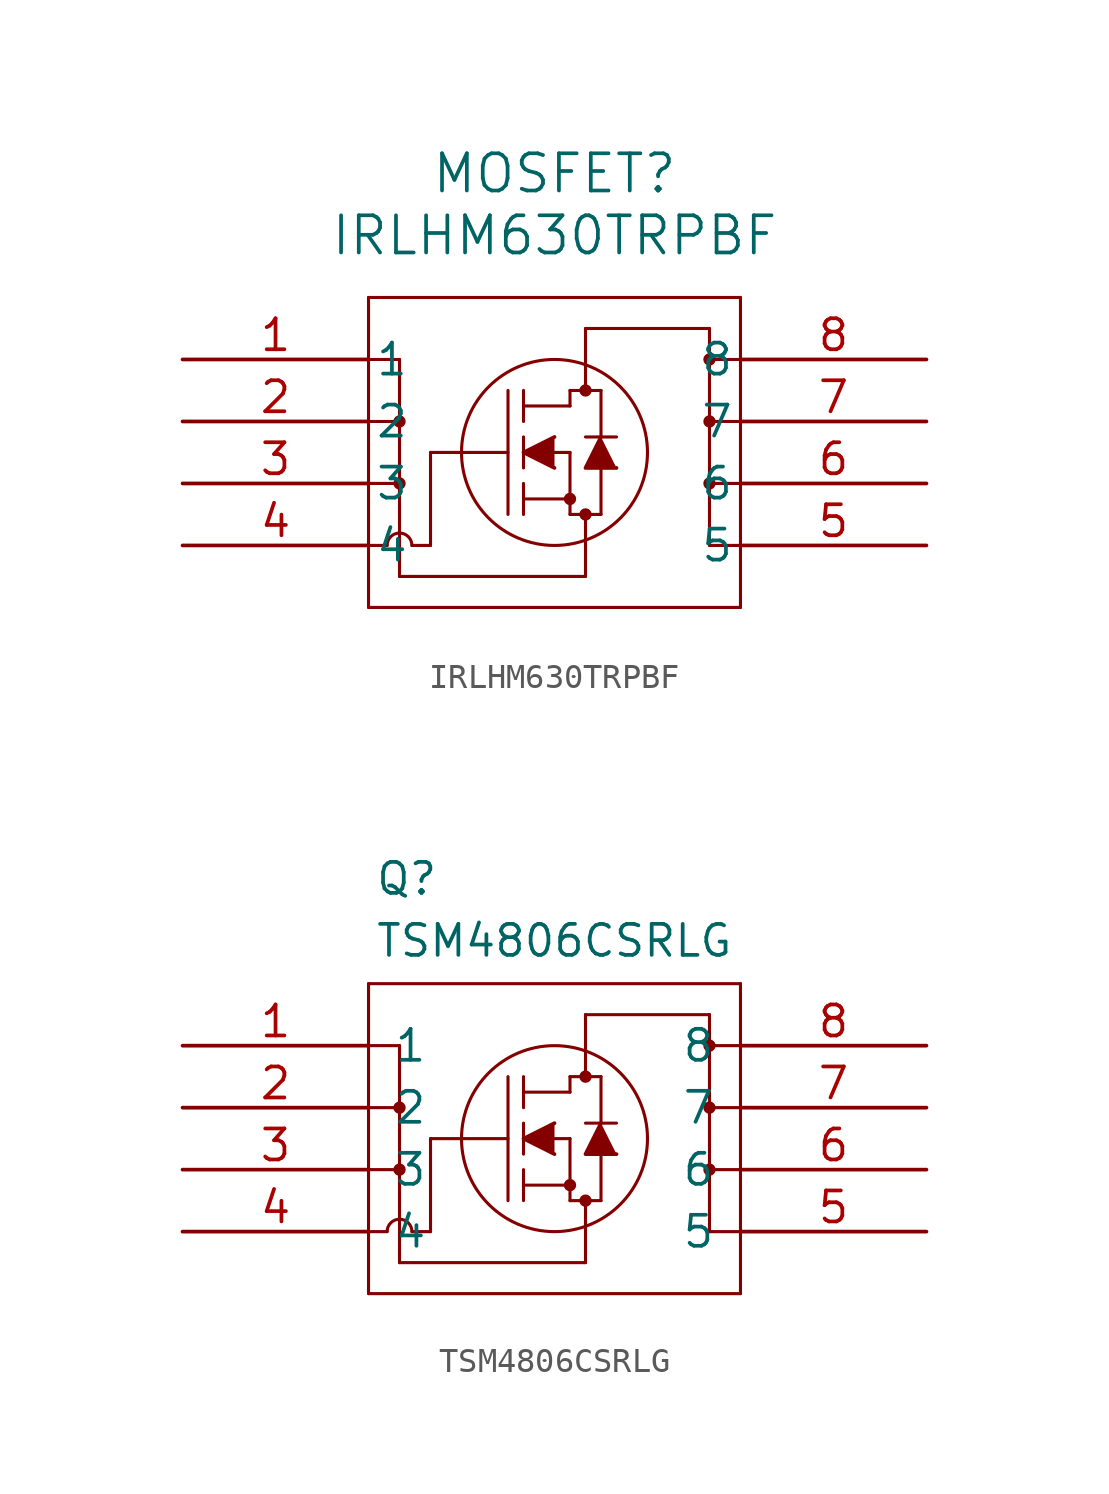
<source format=kicad_sym>
(kicad_symbol_lib
  (version 20231120)
  (generator "kicad_symbol_editor")
  (generator_version "8.0")
  (symbol "IRLHM630TRPBF"
    (pin_names
      (offset 0.254))
    (property "Reference" "MOSFET"
      (at 15.24 7.62 0)
      (effects (font (size 1.524 1.524))))
    (property "Value" "IRLHM630TRPBF"
      (at 15.24 5.08 0)
      (effects (font (size 1.524 1.524))))
    (property "ki_locked" ""
      (at 0 0 0)
      (effects (font (size 1.27 1.27))))
    (symbol "IRLHM630TRPBF_0_1"
      (polyline (pts (xy 7.62 -10.16) (xy 22.86 -10.16)) (stroke (width 0.127) (type default)) (fill (type none)))
      (polyline (pts (xy 7.62 -7.62) (xy 8.382 -7.62)) (stroke (width 0.127) (type default)) (fill (type none)))
      (polyline (pts (xy 7.62 -5.08) (xy 8.89 -5.08)) (stroke (width 0.127) (type default)) (fill (type none)))
      (polyline (pts (xy 7.62 -2.54) (xy 8.89 -2.54)) (stroke (width 0.127) (type default)) (fill (type none)))
      (polyline (pts (xy 7.62 0) (xy 8.89 0)) (stroke (width 0.127) (type default)) (fill (type none)))
      (polyline (pts (xy 7.62 2.54) (xy 7.62 -10.16)) (stroke (width 0.127) (type default)) (fill (type none)))
      (polyline (pts (xy 8.89 -8.89) (xy 16.51 -8.89)) (stroke (width 0.127) (type default)) (fill (type none)))
      (polyline (pts (xy 8.89 0) (xy 8.89 -8.89)) (stroke (width 0.127) (type default)) (fill (type none)))
      (polyline (pts (xy 10.16 -7.62) (xy 9.398 -7.62)) (stroke (width 0.127) (type default)) (fill (type none)))
      (polyline (pts (xy 10.16 -3.81) (xy 10.16 -7.62)) (stroke (width 0.127) (type default)) (fill (type none)))
      (polyline (pts (xy 10.16 -3.81) (xy 13.335 -3.81)) (stroke (width 0.127) (type default)) (fill (type none)))
      (polyline (pts (xy 13.335 -6.35) (xy 13.335 -1.27)) (stroke (width 0.127) (type default)) (fill (type none)))
      (polyline (pts (xy 13.97 -6.35) (xy 13.97 -5.08)) (stroke (width 0.127) (type default)) (fill (type none)))
      (polyline (pts (xy 13.97 -5.715) (xy 15.875 -5.715)) (stroke (width 0.127) (type default)) (fill (type none)))
      (polyline (pts (xy 13.97 -4.445) (xy 13.97 -3.175)) (stroke (width 0.127) (type default)) (fill (type none)))
      (polyline (pts (xy 13.97 -2.54) (xy 13.97 -1.27)) (stroke (width 0.127) (type default)) (fill (type none)))
      (polyline (pts (xy 13.97 -1.905) (xy 15.875 -1.905)) (stroke (width 0.127) (type default)) (fill (type none)))
      (polyline (pts (xy 15.24 -3.81) (xy 15.875 -3.81)) (stroke (width 0.127) (type default)) (fill (type none)))
      (polyline (pts (xy 15.875 -6.35) (xy 15.875 -3.81)) (stroke (width 0.127) (type default)) (fill (type none)))
      (polyline (pts (xy 15.875 -6.35) (xy 17.145 -6.35)) (stroke (width 0.127) (type default)) (fill (type none)))
      (polyline (pts (xy 15.875 -1.905) (xy 15.875 -1.27)) (stroke (width 0.127) (type default)) (fill (type none)))
      (polyline (pts (xy 15.875 -1.27) (xy 17.145 -1.27)) (stroke (width 0.127) (type default)) (fill (type none)))
      (polyline (pts (xy 16.51 -8.89) (xy 16.51 -6.35)) (stroke (width 0.127) (type default)) (fill (type none)))
      (polyline (pts (xy 16.51 1.27) (xy 16.51 -1.27)) (stroke (width 0.127) (type default)) (fill (type none)))
      (polyline (pts (xy 17.145 -6.35) (xy 17.145 -4.445)) (stroke (width 0.127) (type default)) (fill (type none)))
      (polyline (pts (xy 17.145 -3.175) (xy 17.145 -1.27)) (stroke (width 0.127) (type default)) (fill (type none)))
      (polyline (pts (xy 17.78 -3.175) (xy 16.51 -3.175)) (stroke (width 0.127) (type default)) (fill (type none)))
      (polyline (pts (xy 21.59 -7.62) (xy 21.59 1.27)) (stroke (width 0.127) (type default)) (fill (type none)))
      (polyline (pts (xy 21.59 1.27) (xy 16.51 1.27)) (stroke (width 0.127) (type default)) (fill (type none)))
      (polyline (pts (xy 22.86 -10.16) (xy 22.86 2.54)) (stroke (width 0.127) (type default)) (fill (type none)))
      (polyline (pts (xy 22.86 -7.62) (xy 21.59 -7.62)) (stroke (width 0.127) (type default)) (fill (type none)))
      (polyline (pts (xy 22.86 -5.08) (xy 21.59 -5.08)) (stroke (width 0.127) (type default)) (fill (type none)))
      (polyline (pts (xy 22.86 -2.54) (xy 21.59 -2.54)) (stroke (width 0.127) (type default)) (fill (type none)))
      (polyline (pts (xy 22.86 0) (xy 21.59 0)) (stroke (width 0.127) (type default)) (fill (type none)))
      (polyline (pts (xy 22.86 2.54) (xy 7.62 2.54)) (stroke (width 0.127) (type default)) (fill (type none)))
      (polyline (pts (xy 15.24 -3.175) (xy 13.97 -3.81) (xy 15.24 -4.445)) (stroke (width 0) (type default)) (fill (type outline)))
      (polyline (pts (xy 17.78 -4.445) (xy 16.51 -4.445) (xy 17.145 -3.175)) (stroke (width 0) (type default)) (fill (type outline)))
      (circle (center 8.89 -5.08) (radius 0.127) (stroke (width 0.254) (type default)) (fill (type none)))
      (circle (center 8.89 -2.54) (radius 0.127) (stroke (width 0.254) (type default)) (fill (type none)))
      (arc (start 9.398 -7.62) (mid 8.89 -7.1142) (end 8.382 -7.62) (stroke (width 0.127) (type default)) (fill (type none)))
      (circle (center 15.24 -3.81) (radius 3.81) (stroke (width 0.127) (type default)) (fill (type none)))
      (circle (center 15.875 -5.715) (radius 0.127) (stroke (width 0.254) (type default)) (fill (type none)))
      (circle (center 16.51 -6.35) (radius 0.127) (stroke (width 0.254) (type default)) (fill (type none)))
      (circle (center 16.51 -1.27) (radius 0.127) (stroke (width 0.254) (type default)) (fill (type none)))
      (circle (center 21.59 -5.08) (radius 0.127) (stroke (width 0.254) (type default)) (fill (type none)))
      (circle (center 21.59 -2.54) (radius 0.127) (stroke (width 0.254) (type default)) (fill (type none)))
      (circle (center 21.59 0) (radius 0.127) (stroke (width 0.254) (type default)) (fill (type none)))
      (pin unspecified line (at 0 0 0) (length 7.62) (name "1" (effects (font (size 1.27 1.27)))) (number "1" (effects (font (size 1.27 1.27)))))
      (pin unspecified line (at 0 -2.54 0) (length 7.62) (name "2" (effects (font (size 1.27 1.27)))) (number "2" (effects (font (size 1.27 1.27)))))
      (pin unspecified line (at 0 -5.08 0) (length 7.62) (name "3" (effects (font (size 1.27 1.27)))) (number "3" (effects (font (size 1.27 1.27)))))
      (pin unspecified line (at 0 -7.62 0) (length 7.62) (name "4" (effects (font (size 1.27 1.27)))) (number "4" (effects (font (size 1.27 1.27)))))
      (pin unspecified line (at 30.48 -7.62 180) (length 7.62) (name "5" (effects (font (size 1.27 1.27)))) (number "5" (effects (font (size 1.27 1.27)))))
      (pin unspecified line (at 30.48 -5.08 180) (length 7.62) (name "6" (effects (font (size 1.27 1.27)))) (number "6" (effects (font (size 1.27 1.27)))))
      (pin unspecified line (at 30.48 -2.54 180) (length 7.62) (name "7" (effects (font (size 1.27 1.27)))) (number "7" (effects (font (size 1.27 1.27)))))
      (pin unspecified line (at 30.48 0 180) (length 7.62) (name "8" (effects (font (size 1.27 1.27)))) (number "8" (effects (font (size 1.27 1.27)))))))
  (symbol "TSM4806CSRLG"
    (pin_names
      (offset 1.016))
    (property "Reference" "Q"
      (at 7.874 6.096 0)
      (effects (font (size 1.27 1.27)) (justify left bottom)))
    (property "Value" "TSM4806CSRLG"
      (at 7.874 3.556 0)
      (effects (font (size 1.27 1.27)) (justify left bottom)))
    (symbol "TSM4806CSRLG_0_1"
      (polyline (pts (xy 7.62 -10.16) (xy 22.86 -10.16)) (stroke (width 0.127) (type default)) (fill (type none)))
      (polyline (pts (xy 7.62 -7.62) (xy 8.382 -7.62)) (stroke (width 0.127) (type default)) (fill (type none)))
      (polyline (pts (xy 7.62 -5.08) (xy 8.89 -5.08)) (stroke (width 0.127) (type default)) (fill (type none)))
      (polyline (pts (xy 7.62 -2.54) (xy 8.89 -2.54)) (stroke (width 0.127) (type default)) (fill (type none)))
      (polyline (pts (xy 7.62 0) (xy 8.89 0)) (stroke (width 0.127) (type default)) (fill (type none)))
      (polyline (pts (xy 7.62 2.54) (xy 7.62 -10.16)) (stroke (width 0.127) (type default)) (fill (type none)))
      (polyline (pts (xy 8.89 -8.89) (xy 16.51 -8.89)) (stroke (width 0.127) (type default)) (fill (type none)))
      (polyline (pts (xy 8.89 0) (xy 8.89 -8.89)) (stroke (width 0.127) (type default)) (fill (type none)))
      (polyline (pts (xy 10.16 -7.62) (xy 9.398 -7.62)) (stroke (width 0.127) (type default)) (fill (type none)))
      (polyline (pts (xy 10.16 -3.81) (xy 10.16 -7.62)) (stroke (width 0.127) (type default)) (fill (type none)))
      (polyline (pts (xy 10.16 -3.81) (xy 13.335 -3.81)) (stroke (width 0.127) (type default)) (fill (type none)))
      (polyline (pts (xy 13.335 -6.35) (xy 13.335 -1.27)) (stroke (width 0.127) (type default)) (fill (type none)))
      (polyline (pts (xy 13.97 -6.35) (xy 13.97 -5.08)) (stroke (width 0.127) (type default)) (fill (type none)))
      (polyline (pts (xy 13.97 -5.715) (xy 15.875 -5.715)) (stroke (width 0.127) (type default)) (fill (type none)))
      (polyline (pts (xy 13.97 -4.445) (xy 13.97 -3.175)) (stroke (width 0.127) (type default)) (fill (type none)))
      (polyline (pts (xy 13.97 -2.54) (xy 13.97 -1.27)) (stroke (width 0.127) (type default)) (fill (type none)))
      (polyline (pts (xy 13.97 -1.905) (xy 15.875 -1.905)) (stroke (width 0.127) (type default)) (fill (type none)))
      (polyline (pts (xy 15.24 -3.81) (xy 15.875 -3.81)) (stroke (width 0.127) (type default)) (fill (type none)))
      (polyline (pts (xy 15.875 -6.35) (xy 15.875 -3.81)) (stroke (width 0.127) (type default)) (fill (type none)))
      (polyline (pts (xy 15.875 -6.35) (xy 17.145 -6.35)) (stroke (width 0.127) (type default)) (fill (type none)))
      (polyline (pts (xy 15.875 -1.905) (xy 15.875 -1.27)) (stroke (width 0.127) (type default)) (fill (type none)))
      (polyline (pts (xy 15.875 -1.27) (xy 17.145 -1.27)) (stroke (width 0.127) (type default)) (fill (type none)))
      (polyline (pts (xy 16.51 -8.89) (xy 16.51 -6.35)) (stroke (width 0.127) (type default)) (fill (type none)))
      (polyline (pts (xy 16.51 1.27) (xy 16.51 -1.27)) (stroke (width 0.127) (type default)) (fill (type none)))
      (polyline (pts (xy 17.145 -6.35) (xy 17.145 -4.445)) (stroke (width 0.127) (type default)) (fill (type none)))
      (polyline (pts (xy 17.145 -3.175) (xy 17.145 -1.27)) (stroke (width 0.127) (type default)) (fill (type none)))
      (polyline (pts (xy 17.78 -3.175) (xy 16.51 -3.175)) (stroke (width 0.127) (type default)) (fill (type none)))
      (polyline (pts (xy 21.59 -7.62) (xy 21.59 1.27)) (stroke (width 0.127) (type default)) (fill (type none)))
      (polyline (pts (xy 21.59 1.27) (xy 16.51 1.27)) (stroke (width 0.127) (type default)) (fill (type none)))
      (polyline (pts (xy 22.86 -10.16) (xy 22.86 2.54)) (stroke (width 0.127) (type default)) (fill (type none)))
      (polyline (pts (xy 22.86 -7.62) (xy 21.59 -7.62)) (stroke (width 0.127) (type default)) (fill (type none)))
      (polyline (pts (xy 22.86 -5.08) (xy 21.59 -5.08)) (stroke (width 0.127) (type default)) (fill (type none)))
      (polyline (pts (xy 22.86 -2.54) (xy 21.59 -2.54)) (stroke (width 0.127) (type default)) (fill (type none)))
      (polyline (pts (xy 22.86 0) (xy 21.59 0)) (stroke (width 0.127) (type default)) (fill (type none)))
      (polyline (pts (xy 22.86 2.54) (xy 7.62 2.54)) (stroke (width 0.127) (type default)) (fill (type none)))
      (polyline (pts (xy 15.24 -3.175) (xy 13.97 -3.81) (xy 15.24 -4.445)) (stroke (width 0) (type default)) (fill (type outline)))
      (polyline (pts (xy 17.78 -4.445) (xy 16.51 -4.445) (xy 17.145 -3.175)) (stroke (width 0) (type default)) (fill (type outline)))
      (circle (center 8.89 -5.08) (radius 0.127) (stroke (width 0.254) (type default)) (fill (type none)))
      (circle (center 8.89 -2.54) (radius 0.127) (stroke (width 0.254) (type default)) (fill (type none)))
      (arc (start 9.398 -7.62) (mid 8.89 -7.1142) (end 8.382 -7.62) (stroke (width 0.127) (type default)) (fill (type none)))
      (circle (center 15.24 -3.81) (radius 3.81) (stroke (width 0.127) (type default)) (fill (type none)))
      (circle (center 15.875 -5.715) (radius 0.127) (stroke (width 0.254) (type default)) (fill (type none)))
      (circle (center 16.51 -6.35) (radius 0.127) (stroke (width 0.254) (type default)) (fill (type none)))
      (circle (center 16.51 -1.27) (radius 0.127) (stroke (width 0.254) (type default)) (fill (type none)))
      (circle (center 21.59 -5.08) (radius 0.127) (stroke (width 0.254) (type default)) (fill (type none)))
      (circle (center 21.59 -2.54) (radius 0.127) (stroke (width 0.254) (type default)) (fill (type none)))
      (circle (center 21.59 0) (radius 0.127) (stroke (width 0.254) (type default)) (fill (type none)))
      (pin unspecified line (at 0 0 0) (length 7.62) (name "1" (effects (font (size 1.27 1.27)))) (number "1" (effects (font (size 1.27 1.27)))))
      (pin unspecified line (at 0 -2.54 0) (length 7.62) (name "2" (effects (font (size 1.27 1.27)))) (number "2" (effects (font (size 1.27 1.27)))))
      (pin unspecified line (at 0 -5.08 0) (length 7.62) (name "3" (effects (font (size 1.27 1.27)))) (number "3" (effects (font (size 1.27 1.27)))))
      (pin unspecified line (at 0 -7.62 0) (length 7.62) (name "4" (effects (font (size 1.27 1.27)))) (number "4" (effects (font (size 1.27 1.27)))))
      (pin unspecified line (at 30.48 -7.62 180) (length 7.62) (name "5" (effects (font (size 1.27 1.27)))) (number "5" (effects (font (size 1.27 1.27)))))
      (pin unspecified line (at 30.48 -5.08 180) (length 7.62) (name "6" (effects (font (size 1.27 1.27)))) (number "6" (effects (font (size 1.27 1.27)))))
      (pin unspecified line (at 30.48 -2.54 180) (length 7.62) (name "7" (effects (font (size 1.27 1.27)))) (number "7" (effects (font (size 1.27 1.27)))))
      (pin unspecified line (at 30.48 0 180) (length 7.62) (name "8" (effects (font (size 1.27 1.27)))) (number "8" (effects (font (size 1.27 1.27))))))))
</source>
